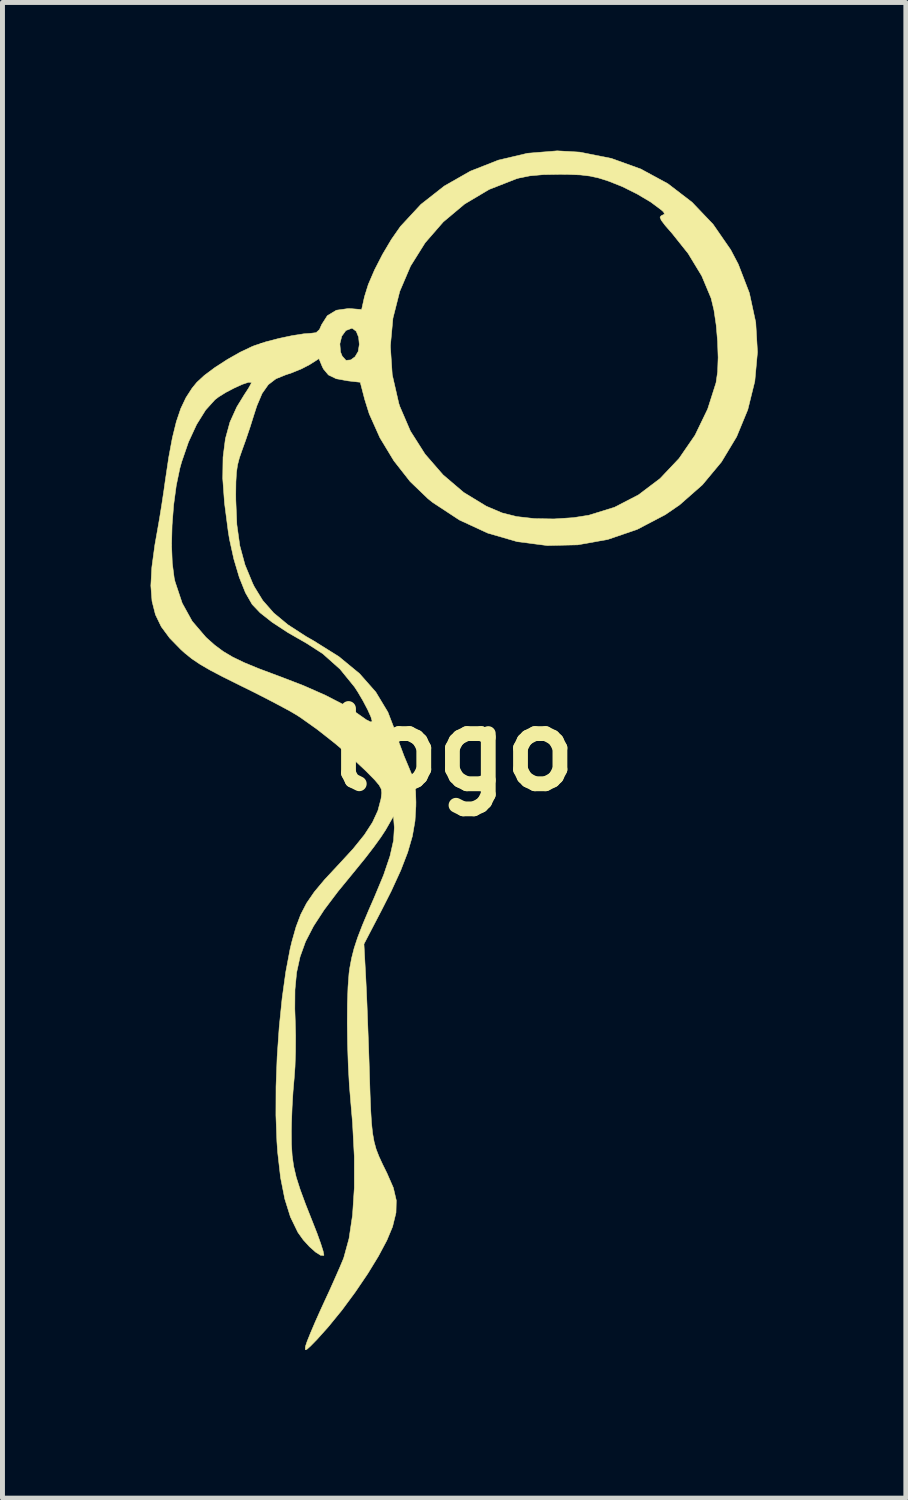
<source format=kicad_pcb>
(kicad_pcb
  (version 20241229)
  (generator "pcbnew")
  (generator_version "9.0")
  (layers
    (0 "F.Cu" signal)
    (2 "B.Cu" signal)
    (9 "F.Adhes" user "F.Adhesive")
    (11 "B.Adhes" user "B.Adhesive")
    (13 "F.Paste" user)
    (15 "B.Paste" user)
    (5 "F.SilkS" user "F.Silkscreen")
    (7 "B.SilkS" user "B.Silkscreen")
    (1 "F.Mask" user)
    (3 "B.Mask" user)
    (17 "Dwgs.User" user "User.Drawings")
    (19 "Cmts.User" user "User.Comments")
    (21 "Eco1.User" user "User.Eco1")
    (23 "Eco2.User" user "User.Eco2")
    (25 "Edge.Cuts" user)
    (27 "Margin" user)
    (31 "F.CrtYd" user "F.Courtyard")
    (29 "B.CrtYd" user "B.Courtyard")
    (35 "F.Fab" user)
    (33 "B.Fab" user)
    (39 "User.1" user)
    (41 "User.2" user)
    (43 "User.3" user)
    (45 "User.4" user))
  (footprint "logo"
    (layer "F.Cu")
    (at 6.113 12.134)
    (property "Reference" "logo" (at 0 0 0) (layer "F.SilkS") (effects (font (size 1.524 1.524) (thickness 0.3))))
    (attr through_hole)
    (fp_poly (pts (xy 2.58 -12.103) (xy 3.219 -11.976) (xy 3.815 -11.761) (xy 4.363 -11.464) (xy 4.853 -11.088) (xy 5.28 -10.64) (xy 5.636 -10.125) (xy 5.789 -9.834) (xy 6.014 -9.25) (xy 6.143 -8.653) (xy 6.178 -8.054) (xy 6.124 -7.462) (xy 5.982 -6.887) (xy 5.756 -6.339) (xy 5.449 -5.829) (xy 5.063 -5.365) (xy 4.601 -4.959) (xy 4.311 -4.76) (xy 3.74 -4.461) (xy 3.145 -4.258) (xy 2.536 -4.149) (xy 1.922 -4.135) (xy 1.312 -4.214) (xy 0.715 -4.387) (xy 0.142 -4.652) (xy -0.4 -5.008) (xy -0.495 -5.084) (xy -0.857 -5.432) (xy -1.187 -5.853) (xy -1.469 -6.319) (xy -1.685 -6.802) (xy -1.776 -7.092) (xy -1.867 -7.442) (xy -2.114 -7.47) (xy -2.352 -7.513) (xy -2.511 -7.59) (xy -2.613 -7.712) (xy -2.64 -7.768) (xy -2.703 -7.92) (xy -2.895 -7.798) (xy -3.057 -7.714) (xy -3.26 -7.631) (xy -3.373 -7.594) (xy -3.574 -7.513) (xy -3.73 -7.393) (xy -3.855 -7.215) (xy -3.962 -6.962) (xy -4.02 -6.782) (xy -4.097 -6.537) (xy -4.189 -6.265) (xy -4.259 -6.071) (xy -4.315 -5.91) (xy -4.352 -5.768) (xy -4.374 -5.616) (xy -4.385 -5.427) (xy -4.388 -5.174) (xy -4.387 -5.055) (xy -4.366 -4.559) (xy -4.306 -4.131) (xy -4.201 -3.744) (xy -4.045 -3.367) (xy -4.012 -3.3) (xy -3.842 -3.023) (xy -3.621 -2.771) (xy -3.334 -2.533) (xy -2.967 -2.295) (xy -2.813 -2.207) (xy -2.3 -1.886) (xy -1.881 -1.541) (xy -1.552 -1.168) (xy -1.307 -0.761) (xy -1.163 -0.387) (xy -1.081 -0.143) (xy -0.98 0.127) (xy -0.895 0.33) (xy -0.816 0.52) (xy -0.769 0.679) (xy -0.746 0.845) (xy -0.739 1.06) (xy -0.74 1.143) (xy -0.758 1.444) (xy -0.811 1.75) (xy -0.906 2.078) (xy -1.047 2.444) (xy -1.239 2.863) (xy -1.428 3.236) (xy -1.792 3.935) (xy -1.756 4.597) (xy -1.744 4.841) (xy -1.73 5.162) (xy -1.716 5.536) (xy -1.701 5.939) (xy -1.687 6.346) (xy -1.681 6.553) (xy -1.668 6.969) (xy -1.655 7.299) (xy -1.639 7.56) (xy -1.617 7.768) (xy -1.586 7.94) (xy -1.545 8.091) (xy -1.488 8.237) (xy -1.415 8.396) (xy -1.326 8.576) (xy -1.197 8.871) (xy -1.137 9.127) (xy -1.143 9.377) (xy -1.211 9.654) (xy -1.216 9.669) (xy -1.328 9.937) (xy -1.499 10.258) (xy -1.716 10.613) (xy -1.967 10.983) (xy -2.237 11.349) (xy -2.516 11.691) (xy -2.744 11.945) (xy -2.875 12.079) (xy -2.95 12.146) (xy -2.98 12.151) (xy -2.979 12.103) (xy -2.974 12.076) (xy -2.942 11.981) (xy -2.875 11.815) (xy -2.782 11.596) (xy -2.67 11.345) (xy -2.609 11.212) (xy -2.486 10.946) (xy -2.374 10.695) (xy -2.281 10.483) (xy -2.217 10.331) (xy -2.2 10.287) (xy -2.094 9.9) (xy -2.023 9.425) (xy -1.987 8.871) (xy -1.987 8.246) (xy -2.023 7.558) (xy -2.057 7.163) (xy -2.088 6.791) (xy -2.11 6.382) (xy -2.124 5.957) (xy -2.13 5.538) (xy -2.127 5.146) (xy -2.115 4.803) (xy -2.094 4.528) (xy -2.08 4.424) (xy -2.042 4.221) (xy -1.991 4.021) (xy -1.92 3.804) (xy -1.822 3.55) (xy -1.691 3.239) (xy -1.585 2.997) (xy -1.394 2.538) (xy -1.264 2.153) (xy -1.192 1.835) (xy -1.177 1.577) (xy -1.178 1.562) (xy -1.194 1.346) (xy -1.354 1.626) (xy -1.449 1.771) (xy -1.592 1.969) (xy -1.765 2.194) (xy -1.95 2.421) (xy -1.974 2.451) (xy -2.32 2.873) (xy -2.598 3.242) (xy -2.814 3.574) (xy -2.975 3.886) (xy -3.086 4.194) (xy -3.156 4.513) (xy -3.189 4.86) (xy -3.192 5.25) (xy -3.184 5.479) (xy -3.176 5.79) (xy -3.178 6.118) (xy -3.188 6.423) (xy -3.205 6.655) (xy -3.228 6.921) (xy -3.247 7.239) (xy -3.259 7.56) (xy -3.262 7.722) (xy -3.26 7.989) (xy -3.246 8.219) (xy -3.216 8.435) (xy -3.164 8.657) (xy -3.084 8.908) (xy -2.973 9.209) (xy -2.833 9.562) (xy -2.74 9.799) (xy -2.667 10.003) (xy -2.619 10.154) (xy -2.603 10.234) (xy -2.605 10.242) (xy -2.668 10.24) (xy -2.771 10.175) (xy -2.895 10.065) (xy -3.02 9.928) (xy -3.124 9.783) (xy -3.133 9.768) (xy -3.281 9.463) (xy -3.395 9.099) (xy -3.481 8.665) (xy -3.54 8.149) (xy -3.555 7.937) (xy -3.575 7.403) (xy -3.573 6.823) (xy -3.55 6.219) (xy -3.508 5.615) (xy -3.449 5.034) (xy -3.375 4.499) (xy -3.287 4.033) (xy -3.251 3.884) (xy -3.167 3.587) (xy -3.072 3.336) (xy -2.954 3.108) (xy -2.798 2.881) (xy -2.591 2.633) (xy -2.321 2.343) (xy -2.315 2.337) (xy -2.012 2.008) (xy -1.783 1.724) (xy -1.619 1.471) (xy -1.51 1.235) (xy -1.448 1.001) (xy -1.444 0.977) (xy -1.432 0.876) (xy -1.441 0.797) (xy -1.485 0.716) (xy -1.575 0.61) (xy -1.725 0.458) (xy -1.739 0.443) (xy -2.037 0.163) (xy -2.379 -0.129) (xy -2.732 -0.407) (xy -3.062 -0.642) (xy -3.142 -0.695) (xy -3.279 -0.776) (xy -3.488 -0.889) (xy -3.747 -1.025) (xy -4.035 -1.172) (xy -4.305 -1.305) (xy -4.643 -1.473) (xy -4.906 -1.611) (xy -5.111 -1.73) (xy -5.276 -1.841) (xy -5.418 -1.955) (xy -5.502 -2.031) (xy -5.727 -2.262) (xy -5.897 -2.492) (xy -6.015 -2.736) (xy -6.084 -3.008) (xy -6.108 -3.322) (xy -6.088 -3.694) (xy -6.028 -4.138) (xy -6.027 -4.146) (xy -5.688 -4.146) (xy -5.674 -3.781) (xy -5.635 -3.478) (xy -5.618 -3.404) (xy -5.473 -2.969) (xy -5.271 -2.603) (xy -4.999 -2.285) (xy -4.98 -2.266) (xy -4.815 -2.119) (xy -4.646 -1.993) (xy -4.453 -1.878) (xy -4.219 -1.765) (xy -3.926 -1.644) (xy -3.555 -1.505) (xy -3.519 -1.492) (xy -3.015 -1.298) (xy -2.573 -1.103) (xy -2.206 -0.914) (xy -1.927 -0.736) (xy -1.905 -0.72) (xy -1.742 -0.605) (xy -1.65 -0.561) (xy -1.626 -0.578) (xy -1.651 -0.666) (xy -1.717 -0.812) (xy -1.81 -0.989) (xy -1.917 -1.171) (xy -1.983 -1.272) (xy -2.276 -1.632) (xy -2.627 -1.945) (xy -2.951 -2.154) (xy -3.331 -2.372) (xy -3.65 -2.581) (xy -3.894 -2.773) (xy -4.054 -2.941) (xy -4.059 -2.948) (xy -4.192 -3.18) (xy -4.317 -3.492) (xy -4.427 -3.861) (xy -4.516 -4.265) (xy -4.541 -4.42) (xy -4.616 -4.997) (xy -4.652 -5.493) (xy -4.646 -5.923) (xy -4.598 -6.298) (xy -4.506 -6.634) (xy -4.367 -6.942) (xy -4.215 -7.19) (xy -4.13 -7.32) (xy -4.079 -7.412) (xy -4.072 -7.441) (xy -4.136 -7.44) (xy -4.26 -7.398) (xy -4.418 -7.326) (xy -4.585 -7.239) (xy -4.733 -7.147) (xy -4.809 -7.089) (xy -4.999 -6.879) (xy -5.181 -6.587) (xy -5.346 -6.231) (xy -5.484 -5.83) (xy -5.52 -5.702) (xy -5.593 -5.352) (xy -5.646 -4.959) (xy -5.678 -4.548) (xy -5.688 -4.146) (xy -6.027 -4.146) (xy -5.974 -4.445) (xy -5.934 -4.673) (xy -5.888 -4.958) (xy -5.843 -5.257) (xy -5.818 -5.436) (xy -5.746 -5.92) (xy -5.672 -6.318) (xy -5.592 -6.643) (xy -5.502 -6.909) (xy -5.397 -7.13) (xy -5.273 -7.322) (xy -5.177 -7.44) (xy -5.027 -7.579) (xy -4.813 -7.739) (xy -4.561 -7.902) (xy -4.301 -8.05) (xy -4.061 -8.164) (xy -4.009 -8.185) (xy -3.899 -8.221) (xy -2.28 -8.221) (xy -2.266 -8.055) (xy -2.233 -7.972) (xy -2.156 -7.886) (xy -2.059 -7.895) (xy -1.973 -7.958) (xy -1.909 -8.065) (xy -1.891 -8.174) (xy -1.257 -8.174) (xy -1.219 -7.595) (xy -1.086 -7.014) (xy -1.067 -6.955) (xy -0.851 -6.453) (xy -0.554 -5.986) (xy -0.19 -5.567) (xy 0.228 -5.211) (xy 0.686 -4.932) (xy 1.006 -4.796) (xy 1.302 -4.722) (xy 1.662 -4.681) (xy 2.056 -4.674) (xy 2.45 -4.7) (xy 2.762 -4.749) (xy 3.284 -4.911) (xy 3.767 -5.161) (xy 4.205 -5.492) (xy 4.589 -5.898) (xy 4.913 -6.369) (xy 5.169 -6.899) (xy 5.339 -7.433) (xy 5.371 -7.655) (xy 5.381 -7.944) (xy 5.37 -8.269) (xy 5.342 -8.599) (xy 5.297 -8.902) (xy 5.239 -9.144) (xy 5.049 -9.597) (xy 4.774 -10.05) (xy 4.45 -10.456) (xy 4.308 -10.619) (xy 4.229 -10.724) (xy 4.205 -10.785) (xy 4.229 -10.816) (xy 4.238 -10.819) (xy 4.295 -10.848) (xy 4.276 -10.891) (xy 4.232 -10.931) (xy 4.019 -11.09) (xy 3.743 -11.254) (xy 3.44 -11.405) (xy 3.166 -11.514) (xy 2.966 -11.578) (xy 2.787 -11.618) (xy 2.596 -11.641) (xy 2.357 -11.651) (xy 2.184 -11.653) (xy 1.84 -11.647) (xy 1.57 -11.623) (xy 1.347 -11.578) (xy 1.295 -11.563) (xy 0.743 -11.347) (xy 0.247 -11.052) (xy -0.186 -10.689) (xy -0.553 -10.267) (xy -0.848 -9.796) (xy -1.067 -9.283) (xy -1.205 -8.739) (xy -1.257 -8.174) (xy -1.891 -8.174) (xy -1.886 -8.208) (xy -1.9 -8.355) (xy -1.948 -8.474) (xy -2.025 -8.533) (xy -2.042 -8.534) (xy -2.158 -8.49) (xy -2.241 -8.376) (xy -2.28 -8.221) (xy -3.899 -8.221) (xy -3.783 -8.26) (xy -3.517 -8.329) (xy -3.249 -8.386) (xy -3.014 -8.423) (xy -2.877 -8.433) (xy -2.761 -8.447) (xy -2.693 -8.509) (xy -2.648 -8.611) (xy -2.534 -8.79) (xy -2.351 -8.901) (xy -2.111 -8.935) (xy -2.056 -8.933) (xy -1.839 -8.915) (xy -1.781 -9.176) (xy -1.704 -9.423) (xy -1.577 -9.718) (xy -1.416 -10.032) (xy -1.237 -10.334) (xy -1.055 -10.595) (xy -1.046 -10.605) (xy -0.639 -11.044) (xy -0.164 -11.417) (xy 0.364 -11.718) (xy 0.931 -11.941) (xy 1.521 -12.08) (xy 2.122 -12.129) (xy 2.58 -12.103)) (stroke (width 0.01) (type solid)) (fill yes) (layer "F.SilkS")))
  (gr_rect
    (start -3 -3)
    (end 15.296 27.291)
    (stroke (width 0.1) (type default))
    (fill no)
    (layer "Edge.Cuts")))
</source>
